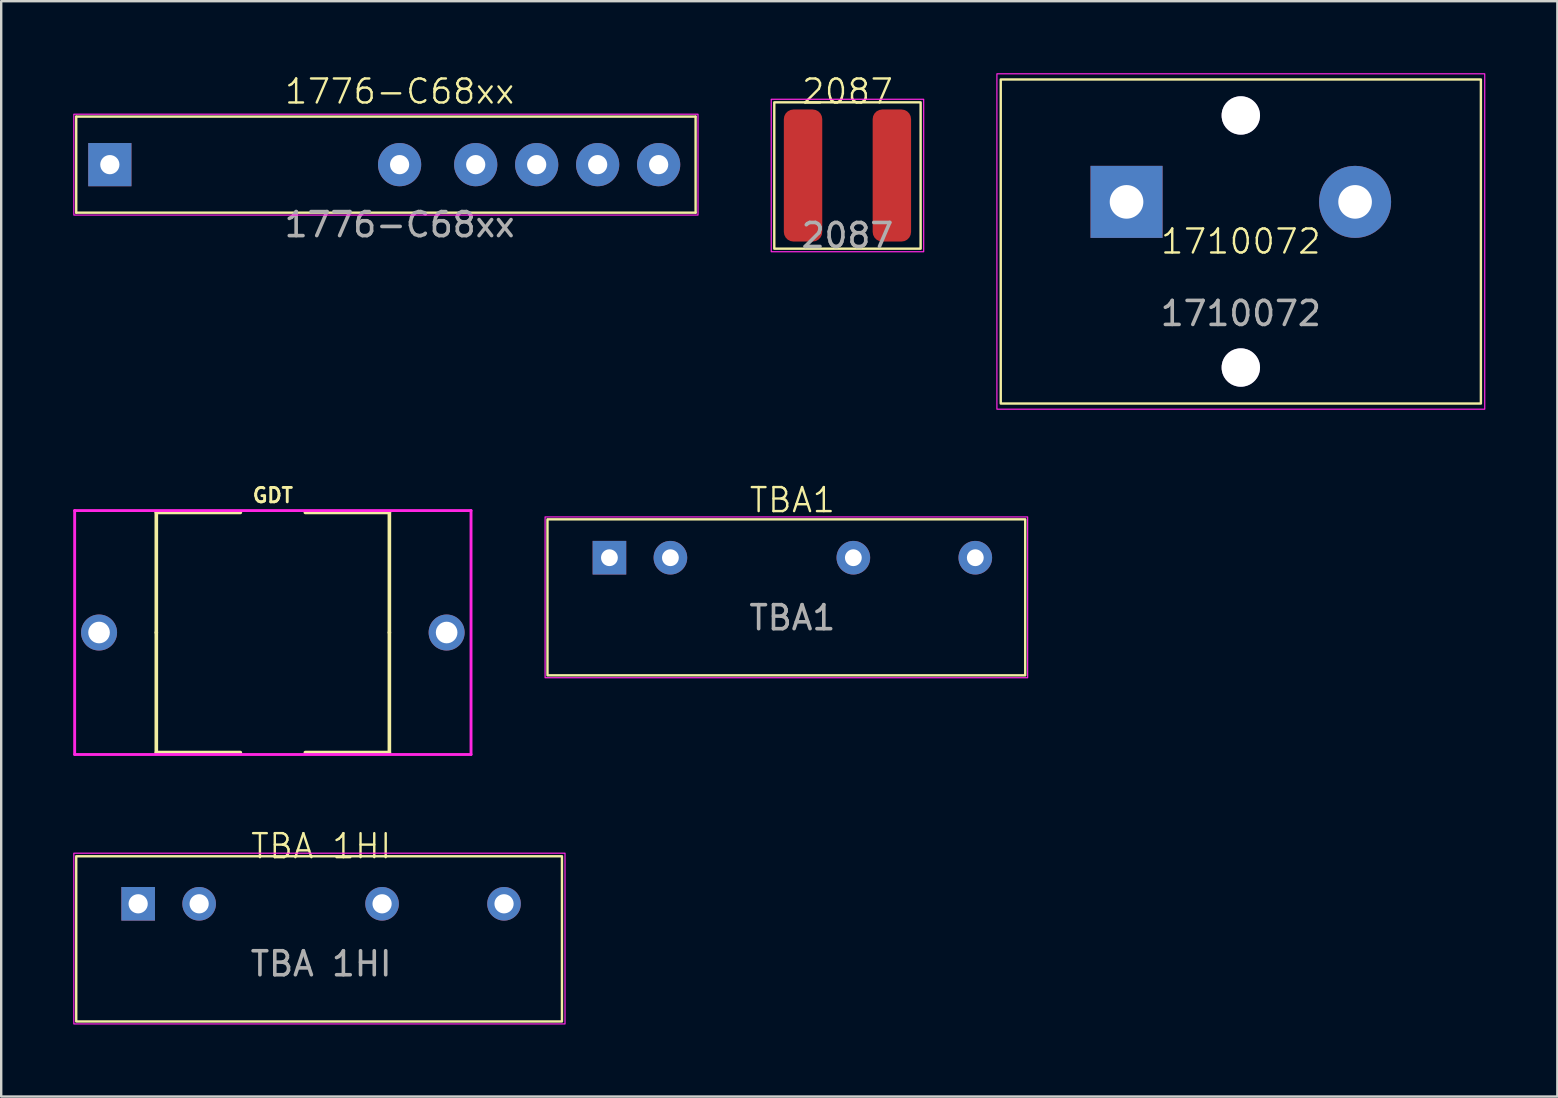
<source format=kicad_pcb>
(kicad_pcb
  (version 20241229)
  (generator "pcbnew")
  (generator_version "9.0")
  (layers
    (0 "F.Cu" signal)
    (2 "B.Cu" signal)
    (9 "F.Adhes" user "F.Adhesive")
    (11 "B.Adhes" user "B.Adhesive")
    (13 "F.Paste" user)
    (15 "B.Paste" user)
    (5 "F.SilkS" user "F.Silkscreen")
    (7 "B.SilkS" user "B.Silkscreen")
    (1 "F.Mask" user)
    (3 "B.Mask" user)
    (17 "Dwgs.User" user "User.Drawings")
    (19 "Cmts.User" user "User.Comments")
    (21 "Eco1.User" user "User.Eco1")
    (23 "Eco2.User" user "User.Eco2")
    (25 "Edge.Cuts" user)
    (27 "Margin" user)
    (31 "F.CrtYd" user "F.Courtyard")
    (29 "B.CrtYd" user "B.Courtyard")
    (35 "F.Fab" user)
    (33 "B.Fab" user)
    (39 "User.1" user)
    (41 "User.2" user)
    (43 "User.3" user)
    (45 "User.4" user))
  (footprint "TBA 1HI"
    (layer "F.Cu")
    (at 10.325 36.299)
    (property "Reference" "TBA 1HI" (at 0 -4.102 0) (unlocked yes) (layer "F.SilkS") (effects (font (size 1 1) (thickness 0.1))))
    (attr through_hole)
    (fp_rect (start -10.2 -3.683) (end 10.033 3.198) (stroke (width 0.1) (type default)) (fill no) (layer "F.SilkS"))
    (fp_rect (start -10.3 -3.81) (end 10.16 3.302) (stroke (width 0.05) (type default)) (fill no) (layer "F.CrtYd"))
    (fp_text user "${REFERENCE}" (at 0 0.798 0) (unlocked yes) (layer "F.Fab") (effects (font (size 1 1) (thickness 0.15))))
    (pad "1" thru_hole rect (at -7.62 -1.702) (size 1.4 1.4) (drill 0.8) (layers "*.Cu" "*.Mask"))
    (pad "2" thru_hole circle (at -5.08 -1.702) (size 1.4 1.4) (drill 0.8) (layers "*.Cu" "*.Mask"))
    (pad "5" thru_hole circle (at 2.54 -1.702) (size 1.4 1.4) (drill 0.8) (layers "*.Cu" "*.Mask"))
    (pad "7" thru_hole circle (at 7.62 -1.702) (size 1.4 1.4) (drill 0.8) (layers "*.Cu" "*.Mask")))
  (footprint "TBA1"
    (layer "F.Cu")
    (at 29.955 21.883)
    (property "Reference" "TBA1" (at 0 -4.102 0) (unlocked yes) (layer "F.SilkS") (effects (font (size 1 1) (thickness 0.1))))
    (attr through_hole)
    (fp_rect (start -10.2 -3.302) (end 9.7 3.198) (stroke (width 0.1) (type default)) (fill no) (layer "F.SilkS"))
    (fp_rect (start -10.3 -3.402) (end 9.8 3.298) (stroke (width 0.05) (type default)) (fill no) (layer "F.CrtYd"))
    (fp_text user "${REFERENCE}" (at 0 0.798 0) (unlocked yes) (layer "F.Fab") (effects (font (size 1 1) (thickness 0.15))))
    (pad "1" thru_hole rect (at -7.62 -1.702) (size 1.4 1.4) (drill 0.7) (layers "*.Cu" "*.Mask"))
    (pad "2" thru_hole circle (at -5.08 -1.702) (size 1.4 1.4) (drill 0.7) (layers "*.Cu" "*.Mask"))
    (pad "4" thru_hole circle (at 2.54 -1.702) (size 1.4 1.4) (drill 0.7) (layers "*.Cu" "*.Mask"))
    (pad "6" thru_hole circle (at 7.62 -1.702) (size 1.4 1.4) (drill 0.7) (layers "*.Cu" "*.Mask")))
  (footprint "2087"
    (layer "F.Cu")
    (at 32.25 4.261)
    (property "Reference" "2087" (at 0 -3.5 0) (unlocked yes) (layer "F.SilkS") (effects (font (size 1 1) (thickness 0.1))))
    (attr smd)
    (fp_rect (start -3.048 -3.048) (end 3.048 3.048) (stroke (width 0.1) (type default)) (fill no) (layer "F.SilkS"))
    (fp_rect (start -3.175 -3.175) (end 3.175 3.175) (stroke (width 0.05) (type default)) (fill no) (layer "F.CrtYd"))
    (fp_text user "${REFERENCE}" (at 0 2.5 0) (unlocked yes) (layer "F.Fab") (effects (font (size 1 1) (thickness 0.15))))
    (pad "1" smd roundrect (at -1.85 0) (size 1.6 5.5) (layers "F.Cu" "F.Mask" "F.Paste") (roundrect_rratio 0.25))
    (pad "2" smd roundrect (at 1.85 0) (size 1.6 5.5) (layers "F.Cu" "F.Mask" "F.Paste") (roundrect_rratio 0.25)))
  (footprint "1710072"
    (layer "F.Cu")
    (at 48.635 6.629)
    (property "Reference" "1710072" (at 0 0.38 0) (unlocked yes) (layer "F.SilkS") (effects (font (size 1 1) (thickness 0.1))))
    (attr through_hole)
    (fp_rect (start -10 -6.37) (end 10 7.13) (stroke (width 0.1) (type default)) (fill no) (layer "F.SilkS"))
    (fp_rect (start -10.16 -6.604) (end 10.16 7.366) (stroke (width 0.05) (type default)) (fill no) (layer "F.CrtYd"))
    (fp_text user "${REFERENCE}" (at 0 3.38 0) (unlocked yes) (layer "F.Fab") (effects (font (size 1 1) (thickness 0.15))))
    (pad "" np_thru_hole custom (at 0 -4.87) (size 1.6 1.6) (drill 1.6) (layers "*.Cu" "*.Mask") (options (anchor circle)) (primitives))
    (pad "" np_thru_hole custom (at 0 5.63) (size 1.6 1.6) (drill 1.6) (layers "*.Cu" "*.Mask") (options (anchor circle)) (primitives))
    (pad "1" thru_hole rect (at -4.76 -1.27) (size 3 3) (drill 1.4) (layers "*.Cu" "*.Mask"))
    (pad "2" thru_hole circle (at 4.76 -1.27) (size 3 3) (drill 1.4) (layers "*.Cu" "*.Mask")))
  (footprint "1776-C68xx"
    (layer "F.Cu")
    (at 13.595 3.808)
    (property "Reference" "1776-C68xx" (at 0 -3.048 0) (unlocked yes) (layer "F.SilkS") (effects (font (size 1 1) (thickness 0.1))))
    (attr through_hole)
    (fp_line (start -13.47 -2) (end -13.47 2) (stroke (width 0.1) (type default)) (layer "F.SilkS"))
    (fp_line (start -13.47 2) (end 12.33 2) (stroke (width 0.1) (type default)) (layer "F.SilkS"))
    (fp_line (start 12.33 -2) (end -13.47 -2) (stroke (width 0.1) (type default)) (layer "F.SilkS"))
    (fp_line (start 12.33 2) (end 12.33 -2) (stroke (width 0.1) (type default)) (layer "F.SilkS"))
    (fp_rect (start -13.57 -2.1) (end 12.43 2.1) (stroke (width 0.05) (type default)) (fill no) (layer "F.CrtYd"))
    (fp_text user "${REFERENCE}" (at 0 2.5 0) (unlocked yes) (layer "F.Fab") (effects (font (size 1 1) (thickness 0.15))))
    (pad "1" thru_hole rect (at -12.07 0) (size 1.8 1.8) (drill 0.8) (layers "*.Cu" "*.Mask"))
    (pad "2" thru_hole circle (at 0 0) (size 1.8 1.8) (drill 0.8) (layers "*.Cu" "*.Mask"))
    (pad "3" thru_hole circle (at 3.17 0) (size 1.8 1.8) (drill 0.8) (layers "*.Cu" "*.Mask"))
    (pad "4" thru_hole circle (at 5.71 0) (size 1.8 1.8) (drill 0.8) (layers "*.Cu" "*.Mask"))
    (pad "5" thru_hole circle (at 8.25 0) (size 1.8 1.8) (drill 0.8) (layers "*.Cu" "*.Mask"))
    (pad "6" thru_hole circle (at 10.79 0) (size 1.8 1.8) (drill 0.8) (layers "*.Cu" "*.Mask")))
  (footprint "GDT"
    (layer "F.Cu")
    (at 8.315 23.297)
    (property "Reference" "GDT" (at 0 -5.715 0) (layer "F.SilkS") (effects (font (size 0.6 0.6) (thickness 0.12))))
    (attr through_hole)
    (fp_line (start -4.854 -5) (end -1.354 -5) (stroke (width 0.15) (type solid)) (layer "F.SilkS"))
    (fp_line (start -4.854 0) (end -4.854 -5) (stroke (width 0.15) (type solid)) (layer "F.SilkS"))
    (fp_line (start -4.854 0) (end -4.854 5) (stroke (width 0.15) (type solid)) (layer "F.SilkS"))
    (fp_line (start -1.354 5) (end -4.854 5) (stroke (width 0.15) (type solid)) (layer "F.SilkS"))
    (fp_line (start 1.354 -5) (end 4.854 -5) (stroke (width 0.15) (type solid)) (layer "F.SilkS"))
    (fp_line (start 1.354 5) (end 4.854 5) (stroke (width 0.15) (type solid)) (layer "F.SilkS"))
    (fp_line (start 4.854 0) (end 4.854 -5) (stroke (width 0.15) (type solid)) (layer "F.SilkS"))
    (fp_line (start 4.854 0) (end 4.854 5) (stroke (width 0.15) (type solid)) (layer "F.SilkS"))
    (fp_line (start -8.255 -5.08) (end 8.255 -5.08) (stroke (width 0.12) (type solid)) (layer "F.CrtYd"))
    (fp_line (start -8.255 5.08) (end -8.255 -5.08) (stroke (width 0.12) (type solid)) (layer "F.CrtYd"))
    (fp_line (start 8.255 -5.08) (end 8.255 5.08) (stroke (width 0.12) (type solid)) (layer "F.CrtYd"))
    (fp_line (start 8.255 5.08) (end -8.255 5.08) (stroke (width 0.12) (type solid)) (layer "F.CrtYd"))
    (pad "1" thru_hole circle (at -7.239 0) (size 1.5 1.5) (drill 0.9) (layers "*.Cu" "*.Mask"))
    (pad "2" thru_hole circle (at 7.239 0) (size 1.5 1.5) (drill 0.9) (layers "*.Cu" "*.Mask")))
  (gr_rect
    (start -3 -3)
    (end 61.82 42.626)
    (stroke (width 0.1) (type default))
    (fill no)
    (layer "Edge.Cuts")))
</source>
